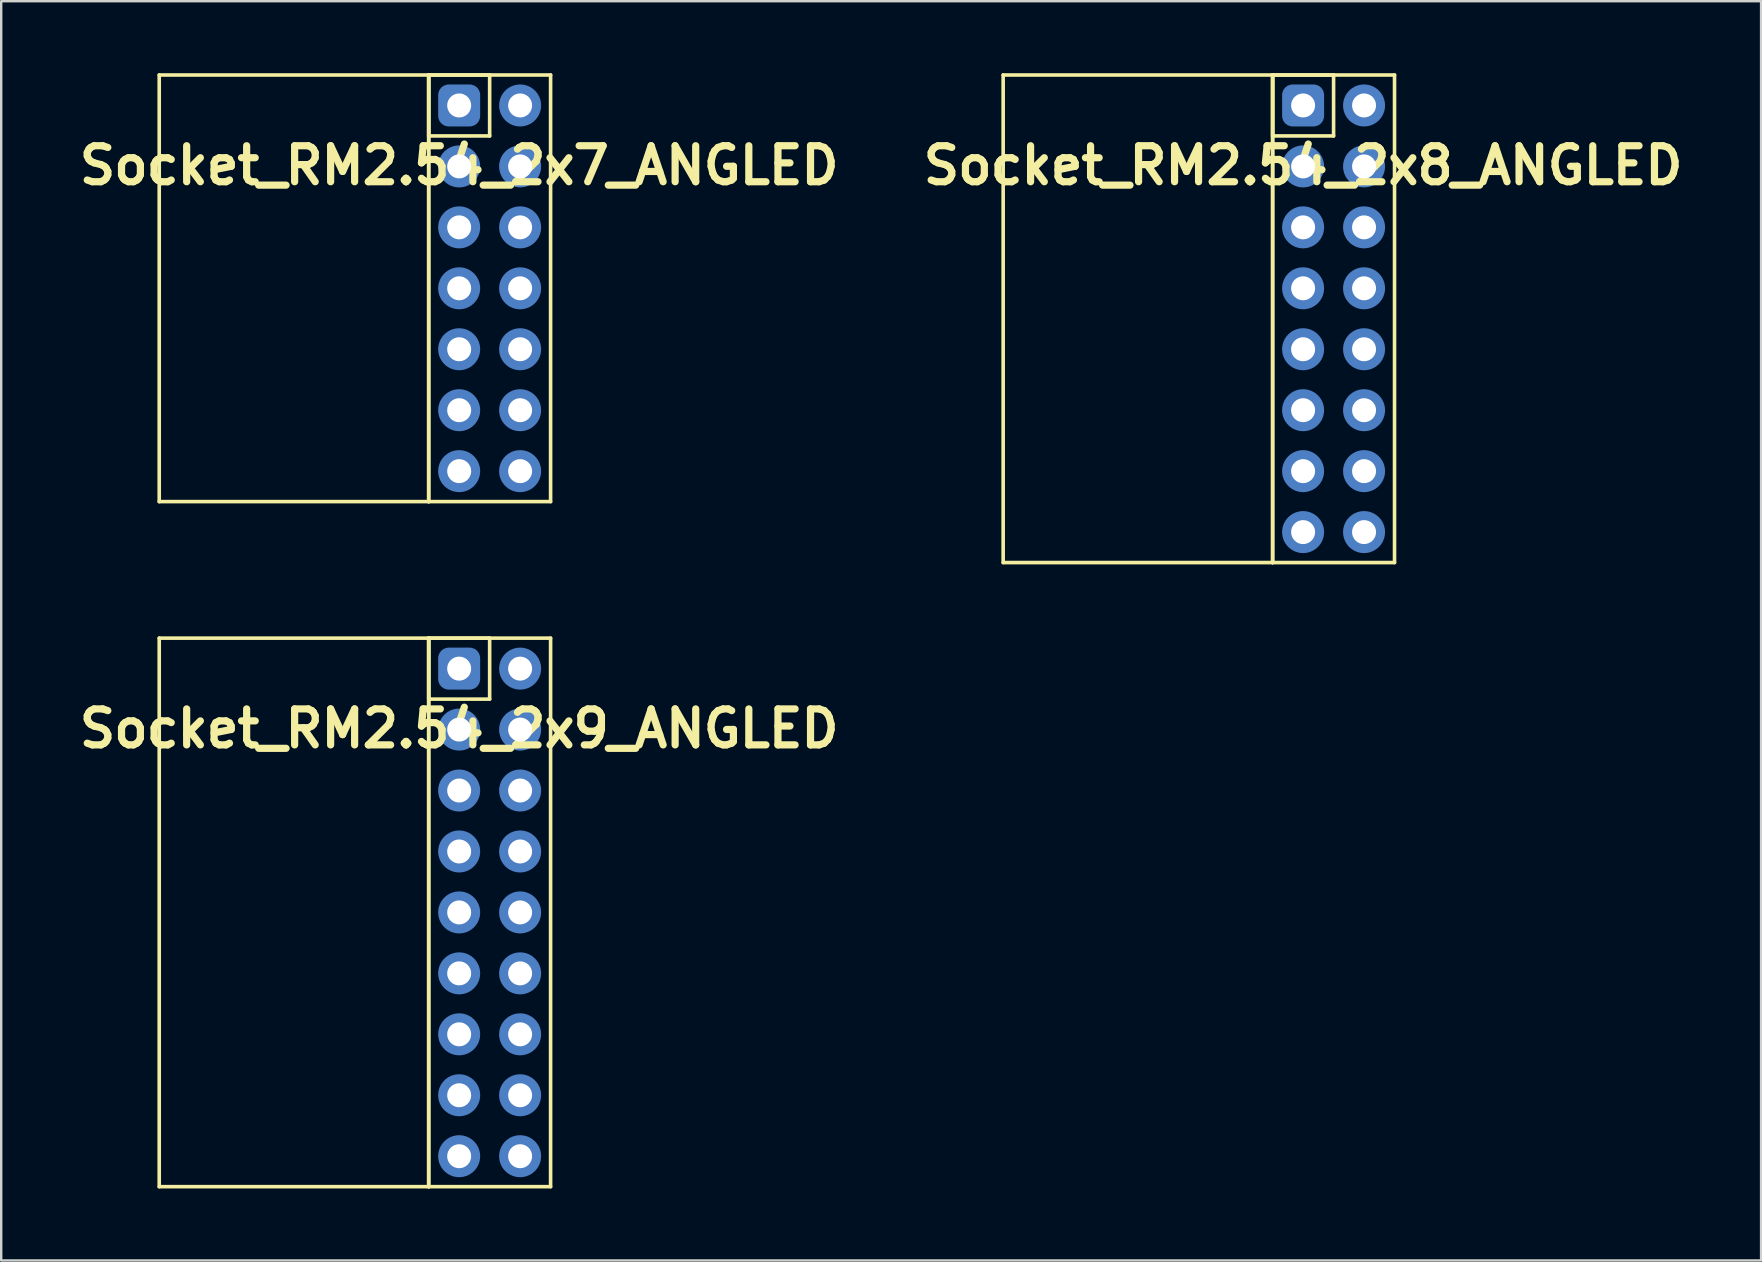
<source format=kicad_pcb>
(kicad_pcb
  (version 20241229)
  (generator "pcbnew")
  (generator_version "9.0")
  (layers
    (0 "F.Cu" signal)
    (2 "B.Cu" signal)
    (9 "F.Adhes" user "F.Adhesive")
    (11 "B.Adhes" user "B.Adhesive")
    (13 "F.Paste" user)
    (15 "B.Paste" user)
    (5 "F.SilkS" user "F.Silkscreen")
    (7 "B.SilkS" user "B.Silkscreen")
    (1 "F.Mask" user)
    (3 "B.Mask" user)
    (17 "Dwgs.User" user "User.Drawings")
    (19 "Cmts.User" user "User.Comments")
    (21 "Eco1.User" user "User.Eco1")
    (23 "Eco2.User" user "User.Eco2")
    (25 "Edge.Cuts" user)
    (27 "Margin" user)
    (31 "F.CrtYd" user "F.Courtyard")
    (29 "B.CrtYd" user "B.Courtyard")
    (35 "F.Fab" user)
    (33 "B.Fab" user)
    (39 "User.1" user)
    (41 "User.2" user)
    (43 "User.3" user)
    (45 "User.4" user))
  (footprint "Socket_RM2.54_2x8_ANGLED"
    (layer "F.Cu")
    (at 51.257 1.345)
    (property "Reference" "Socket_RM2.54_2x8_ANGLED" (at 0 2.5 0) (layer "F.SilkS") (effects (font (size 1.5 1.5) (thickness 0.3))))
    (attr through_hole)
    (fp_line (start -12.5 -1.27) (end -1.27 -1.27) (stroke (width 0.15) (type solid)) (layer "F.SilkS"))
    (fp_line (start -12.5 19.05) (end -12.5 -1.27) (stroke (width 0.15) (type solid)) (layer "F.SilkS"))
    (fp_line (start -1.27 -1.27) (end -1.27 19.05) (stroke (width 0.15) (type solid)) (layer "F.SilkS"))
    (fp_line (start -1.27 -1.27) (end 1.27 -1.27) (stroke (width 0.15) (type solid)) (layer "F.SilkS"))
    (fp_line (start -1.27 -1.27) (end 3.81 -1.27) (stroke (width 0.15) (type solid)) (layer "F.SilkS"))
    (fp_line (start -1.27 1.27) (end -1.27 -1.27) (stroke (width 0.15) (type solid)) (layer "F.SilkS"))
    (fp_line (start -1.27 19.05) (end -12.5 19.05) (stroke (width 0.15) (type solid)) (layer "F.SilkS"))
    (fp_line (start -1.27 19.05) (end -1.27 -1.27) (stroke (width 0.15) (type solid)) (layer "F.SilkS"))
    (fp_line (start 1.27 -1.27) (end 1.27 1.27) (stroke (width 0.15) (type solid)) (layer "F.SilkS"))
    (fp_line (start 1.27 1.27) (end -1.27 1.27) (stroke (width 0.15) (type solid)) (layer "F.SilkS"))
    (fp_line (start 3.81 -1.27) (end 3.81 19.05) (stroke (width 0.15) (type solid)) (layer "F.SilkS"))
    (fp_line (start 3.81 19.05) (end -1.27 19.05) (stroke (width 0.15) (type solid)) (layer "F.SilkS"))
    (pad "1" thru_hole circle (at 0 0) (size 1.3 1.3) (drill 1) (layers "*.Cu" "*.Mask"))
    (pad "1" smd roundrect (at 0 0) (size 1.5 1.5) (layers "F.Cu" "F.Mask") (roundrect_rratio 0.25))
    (pad "1" smd roundrect (at 0 0) (size 1.75 1.75) (layers "B.Cu" "B.Mask") (roundrect_rratio 0.25))
    (pad "2" thru_hole circle (at 2.54 0) (size 1.3 1.3) (drill 1) (layers "*.Cu" "*.Mask"))
    (pad "2" smd circle (at 2.54 0) (size 1.5 1.5) (layers "F.Cu" "F.Mask"))
    (pad "2" smd circle (at 2.54 0) (size 1.75 1.75) (layers "B.Cu" "B.Mask"))
    (pad "3" thru_hole circle (at 0 2.54) (size 1.3 1.3) (drill 1) (layers "*.Cu" "*.Mask"))
    (pad "3" smd circle (at 0 2.54) (size 1.5 1.5) (layers "F.Cu" "F.Mask"))
    (pad "3" smd circle (at 0 2.54) (size 1.75 1.75) (layers "B.Cu" "B.Mask"))
    (pad "4" thru_hole circle (at 2.54 2.54) (size 1.3 1.3) (drill 1) (layers "*.Cu" "*.Mask"))
    (pad "4" smd circle (at 2.54 2.54) (size 1.5 1.5) (layers "F.Cu" "F.Mask"))
    (pad "4" smd circle (at 2.54 2.54) (size 1.75 1.75) (layers "B.Cu" "B.Mask"))
    (pad "5" thru_hole circle (at 0 5.08) (size 1.3 1.3) (drill 1) (layers "*.Cu" "*.Mask"))
    (pad "5" smd circle (at 0 5.08) (size 1.5 1.5) (layers "F.Cu" "F.Mask"))
    (pad "5" smd circle (at 0 5.08) (size 1.75 1.75) (layers "B.Cu" "B.Mask"))
    (pad "6" thru_hole circle (at 2.54 5.08) (size 1.3 1.3) (drill 1) (layers "*.Cu" "*.Mask"))
    (pad "6" smd circle (at 2.54 5.08) (size 1.5 1.5) (layers "F.Cu" "F.Mask"))
    (pad "6" smd circle (at 2.54 5.08) (size 1.75 1.75) (layers "B.Cu" "B.Mask"))
    (pad "7" thru_hole circle (at 0 7.62) (size 1.3 1.3) (drill 1) (layers "*.Cu" "*.Mask"))
    (pad "7" smd circle (at 0 7.62) (size 1.5 1.5) (layers "F.Cu" "F.Mask"))
    (pad "7" smd circle (at 0 7.62) (size 1.75 1.75) (layers "B.Cu" "B.Mask"))
    (pad "8" thru_hole circle (at 2.54 7.62) (size 1.3 1.3) (drill 1) (layers "*.Cu" "*.Mask"))
    (pad "8" smd circle (at 2.54 7.62) (size 1.5 1.5) (layers "F.Cu" "F.Mask"))
    (pad "8" smd circle (at 2.54 7.62) (size 1.75 1.75) (layers "B.Cu" "B.Mask"))
    (pad "9" thru_hole circle (at 0 10.16) (size 1.3 1.3) (drill 1) (layers "*.Cu" "*.Mask"))
    (pad "9" smd circle (at 0 10.16) (size 1.5 1.5) (layers "F.Cu" "F.Mask"))
    (pad "9" smd circle (at 0 10.16) (size 1.75 1.75) (layers "B.Cu" "B.Mask"))
    (pad "10" thru_hole circle (at 2.54 10.16) (size 1.3 1.3) (drill 1) (layers "*.Cu" "*.Mask"))
    (pad "10" smd circle (at 2.54 10.16) (size 1.5 1.5) (layers "F.Cu" "F.Mask"))
    (pad "10" smd circle (at 2.54 10.16) (size 1.75 1.75) (layers "B.Cu" "B.Mask"))
    (pad "11" thru_hole circle (at 0 12.7) (size 1.3 1.3) (drill 1) (layers "*.Cu" "*.Mask"))
    (pad "11" smd circle (at 0 12.7) (size 1.5 1.5) (layers "F.Cu" "F.Mask"))
    (pad "11" smd circle (at 0 12.7) (size 1.75 1.75) (layers "B.Cu" "B.Mask"))
    (pad "12" thru_hole circle (at 2.54 12.7) (size 1.3 1.3) (drill 1) (layers "*.Cu" "*.Mask"))
    (pad "12" smd circle (at 2.54 12.7) (size 1.5 1.5) (layers "F.Cu" "F.Mask"))
    (pad "12" smd circle (at 2.54 12.7) (size 1.75 1.75) (layers "B.Cu" "B.Mask"))
    (pad "13" thru_hole circle (at 0 15.24) (size 1.3 1.3) (drill 1) (layers "*.Cu" "*.Mask"))
    (pad "13" smd circle (at 0 15.24) (size 1.5 1.5) (layers "F.Cu" "F.Mask"))
    (pad "13" smd circle (at 0 15.24) (size 1.75 1.75) (layers "B.Cu" "B.Mask"))
    (pad "14" thru_hole circle (at 2.54 15.24) (size 1.3 1.3) (drill 1) (layers "*.Cu" "*.Mask"))
    (pad "14" smd circle (at 2.54 15.24) (size 1.5 1.5) (layers "F.Cu" "F.Mask"))
    (pad "14" smd circle (at 2.54 15.24) (size 1.75 1.75) (layers "B.Cu" "B.Mask"))
    (pad "15" thru_hole circle (at 0 17.78) (size 1.3 1.3) (drill 1) (layers "*.Cu" "*.Mask"))
    (pad "15" smd circle (at 0 17.78) (size 1.5 1.5) (layers "F.Cu" "F.Mask"))
    (pad "15" smd circle (at 0 17.78) (size 1.75 1.75) (layers "B.Cu" "B.Mask"))
    (pad "16" thru_hole circle (at 2.54 17.78) (size 1.3 1.3) (drill 1) (layers "*.Cu" "*.Mask"))
    (pad "16" smd circle (at 2.54 17.78) (size 1.5 1.5) (layers "F.Cu" "F.Mask"))
    (pad "16" smd circle (at 2.54 17.78) (size 1.75 1.75) (layers "B.Cu" "B.Mask")))
  (footprint "Socket_RM2.54_2x7_ANGLED"
    (layer "F.Cu")
    (at 16.086 1.345)
    (property "Reference" "Socket_RM2.54_2x7_ANGLED" (at 0 2.5 0) (layer "F.SilkS") (effects (font (size 1.5 1.5) (thickness 0.3))))
    (attr through_hole)
    (fp_line (start -12.5 -1.27) (end -1.27 -1.27) (stroke (width 0.15) (type solid)) (layer "F.SilkS"))
    (fp_line (start -12.5 16.51) (end -12.5 -1.27) (stroke (width 0.15) (type solid)) (layer "F.SilkS"))
    (fp_line (start -1.27 -1.27) (end -1.27 16.51) (stroke (width 0.15) (type solid)) (layer "F.SilkS"))
    (fp_line (start -1.27 -1.27) (end 1.27 -1.27) (stroke (width 0.15) (type solid)) (layer "F.SilkS"))
    (fp_line (start -1.27 -1.27) (end 3.81 -1.27) (stroke (width 0.15) (type solid)) (layer "F.SilkS"))
    (fp_line (start -1.27 1.27) (end -1.27 -1.27) (stroke (width 0.15) (type solid)) (layer "F.SilkS"))
    (fp_line (start -1.27 16.51) (end -12.5 16.51) (stroke (width 0.15) (type solid)) (layer "F.SilkS"))
    (fp_line (start -1.27 16.51) (end -1.27 -1.27) (stroke (width 0.15) (type solid)) (layer "F.SilkS"))
    (fp_line (start 1.27 -1.27) (end 1.27 1.27) (stroke (width 0.15) (type solid)) (layer "F.SilkS"))
    (fp_line (start 1.27 1.27) (end -1.27 1.27) (stroke (width 0.15) (type solid)) (layer "F.SilkS"))
    (fp_line (start 3.81 -1.27) (end 3.81 16.51) (stroke (width 0.15) (type solid)) (layer "F.SilkS"))
    (fp_line (start 3.81 16.51) (end -1.27 16.51) (stroke (width 0.15) (type solid)) (layer "F.SilkS"))
    (pad "1" thru_hole circle (at 0 0) (size 1.3 1.3) (drill 1) (layers "*.Cu" "*.Mask"))
    (pad "1" smd roundrect (at 0 0) (size 1.5 1.5) (layers "F.Cu" "F.Mask") (roundrect_rratio 0.25))
    (pad "1" smd roundrect (at 0 0) (size 1.75 1.75) (layers "B.Cu" "B.Mask") (roundrect_rratio 0.25))
    (pad "2" thru_hole circle (at 2.54 0) (size 1.3 1.3) (drill 1) (layers "*.Cu" "*.Mask"))
    (pad "2" smd circle (at 2.54 0) (size 1.5 1.5) (layers "F.Cu" "F.Mask"))
    (pad "2" smd circle (at 2.54 0) (size 1.75 1.75) (layers "B.Cu" "B.Mask"))
    (pad "3" thru_hole circle (at 0 2.54) (size 1.3 1.3) (drill 1) (layers "*.Cu" "*.Mask"))
    (pad "3" smd circle (at 0 2.54) (size 1.5 1.5) (layers "F.Cu" "F.Mask"))
    (pad "3" smd circle (at 0 2.54) (size 1.75 1.75) (layers "B.Cu" "B.Mask"))
    (pad "4" thru_hole circle (at 2.54 2.54) (size 1.3 1.3) (drill 1) (layers "*.Cu" "*.Mask"))
    (pad "4" smd circle (at 2.54 2.54) (size 1.5 1.5) (layers "F.Cu" "F.Mask"))
    (pad "4" smd circle (at 2.54 2.54) (size 1.75 1.75) (layers "B.Cu" "B.Mask"))
    (pad "5" thru_hole circle (at 0 5.08) (size 1.3 1.3) (drill 1) (layers "*.Cu" "*.Mask"))
    (pad "5" smd circle (at 0 5.08) (size 1.5 1.5) (layers "F.Cu" "F.Mask"))
    (pad "5" smd circle (at 0 5.08) (size 1.75 1.75) (layers "B.Cu" "B.Mask"))
    (pad "6" thru_hole circle (at 2.54 5.08) (size 1.3 1.3) (drill 1) (layers "*.Cu" "*.Mask"))
    (pad "6" smd circle (at 2.54 5.08) (size 1.5 1.5) (layers "F.Cu" "F.Mask"))
    (pad "6" smd circle (at 2.54 5.08) (size 1.75 1.75) (layers "B.Cu" "B.Mask"))
    (pad "7" thru_hole circle (at 0 7.62) (size 1.3 1.3) (drill 1) (layers "*.Cu" "*.Mask"))
    (pad "7" smd circle (at 0 7.62) (size 1.5 1.5) (layers "F.Cu" "F.Mask"))
    (pad "7" smd circle (at 0 7.62) (size 1.75 1.75) (layers "B.Cu" "B.Mask"))
    (pad "8" thru_hole circle (at 2.54 7.62) (size 1.3 1.3) (drill 1) (layers "*.Cu" "*.Mask"))
    (pad "8" smd circle (at 2.54 7.62) (size 1.5 1.5) (layers "F.Cu" "F.Mask"))
    (pad "8" smd circle (at 2.54 7.62) (size 1.75 1.75) (layers "B.Cu" "B.Mask"))
    (pad "9" thru_hole circle (at 0 10.16) (size 1.3 1.3) (drill 1) (layers "*.Cu" "*.Mask"))
    (pad "9" smd circle (at 0 10.16) (size 1.5 1.5) (layers "F.Cu" "F.Mask"))
    (pad "9" smd circle (at 0 10.16) (size 1.75 1.75) (layers "B.Cu" "B.Mask"))
    (pad "10" thru_hole circle (at 2.54 10.16) (size 1.3 1.3) (drill 1) (layers "*.Cu" "*.Mask"))
    (pad "10" smd circle (at 2.54 10.16) (size 1.5 1.5) (layers "F.Cu" "F.Mask"))
    (pad "10" smd circle (at 2.54 10.16) (size 1.75 1.75) (layers "B.Cu" "B.Mask"))
    (pad "11" thru_hole circle (at 0 12.7) (size 1.3 1.3) (drill 1) (layers "*.Cu" "*.Mask"))
    (pad "11" smd circle (at 0 12.7) (size 1.5 1.5) (layers "F.Cu" "F.Mask"))
    (pad "11" smd circle (at 0 12.7) (size 1.75 1.75) (layers "B.Cu" "B.Mask"))
    (pad "12" thru_hole circle (at 2.54 12.7) (size 1.3 1.3) (drill 1) (layers "*.Cu" "*.Mask"))
    (pad "12" smd circle (at 2.54 12.7) (size 1.5 1.5) (layers "F.Cu" "F.Mask"))
    (pad "12" smd circle (at 2.54 12.7) (size 1.75 1.75) (layers "B.Cu" "B.Mask"))
    (pad "13" thru_hole circle (at 0 15.24) (size 1.3 1.3) (drill 1) (layers "*.Cu" "*.Mask"))
    (pad "13" smd circle (at 0 15.24) (size 1.5 1.5) (layers "F.Cu" "F.Mask"))
    (pad "13" smd circle (at 0 15.24) (size 1.75 1.75) (layers "B.Cu" "B.Mask"))
    (pad "14" thru_hole circle (at 2.54 15.24) (size 1.3 1.3) (drill 1) (layers "*.Cu" "*.Mask"))
    (pad "14" smd circle (at 2.54 15.24) (size 1.5 1.5) (layers "F.Cu" "F.Mask"))
    (pad "14" smd circle (at 2.54 15.24) (size 1.75 1.75) (layers "B.Cu" "B.Mask")))
  (footprint "Socket_RM2.54_2x9_ANGLED"
    (layer "F.Cu")
    (at 16.086 24.815)
    (property "Reference" "Socket_RM2.54_2x9_ANGLED" (at 0 2.5 0) (layer "F.SilkS") (effects (font (size 1.5 1.5) (thickness 0.3))))
    (attr through_hole)
    (fp_line (start -12.5 -1.27) (end -1.27 -1.27) (stroke (width 0.15) (type solid)) (layer "F.SilkS"))
    (fp_line (start -12.5 21.59) (end -12.5 -1.27) (stroke (width 0.15) (type solid)) (layer "F.SilkS"))
    (fp_line (start -1.27 -1.27) (end -1.27 21.59) (stroke (width 0.15) (type solid)) (layer "F.SilkS"))
    (fp_line (start -1.27 -1.27) (end 1.27 -1.27) (stroke (width 0.15) (type solid)) (layer "F.SilkS"))
    (fp_line (start -1.27 -1.27) (end 3.81 -1.27) (stroke (width 0.15) (type solid)) (layer "F.SilkS"))
    (fp_line (start -1.27 1.27) (end -1.27 -1.27) (stroke (width 0.15) (type solid)) (layer "F.SilkS"))
    (fp_line (start -1.27 21.59) (end -12.5 21.59) (stroke (width 0.15) (type solid)) (layer "F.SilkS"))
    (fp_line (start -1.27 21.59) (end -1.27 -1.27) (stroke (width 0.15) (type solid)) (layer "F.SilkS"))
    (fp_line (start 1.27 -1.27) (end 1.27 1.27) (stroke (width 0.15) (type solid)) (layer "F.SilkS"))
    (fp_line (start 1.27 1.27) (end -1.27 1.27) (stroke (width 0.15) (type solid)) (layer "F.SilkS"))
    (fp_line (start 3.81 -1.27) (end 3.81 21.59) (stroke (width 0.15) (type solid)) (layer "F.SilkS"))
    (fp_line (start 3.81 21.59) (end -1.27 21.59) (stroke (width 0.15) (type solid)) (layer "F.SilkS"))
    (pad "1" thru_hole circle (at 0 0) (size 1.3 1.3) (drill 1) (layers "*.Cu" "*.Mask"))
    (pad "1" smd roundrect (at 0 0) (size 1.5 1.5) (layers "F.Cu" "F.Mask") (roundrect_rratio 0.25))
    (pad "1" smd roundrect (at 0 0) (size 1.75 1.75) (layers "B.Cu" "B.Mask") (roundrect_rratio 0.25))
    (pad "2" thru_hole circle (at 2.54 0) (size 1.3 1.3) (drill 1) (layers "*.Cu" "*.Mask"))
    (pad "2" smd circle (at 2.54 0) (size 1.5 1.5) (layers "F.Cu" "F.Mask"))
    (pad "2" smd circle (at 2.54 0) (size 1.75 1.75) (layers "B.Cu" "B.Mask"))
    (pad "3" thru_hole circle (at 0 2.54) (size 1.3 1.3) (drill 1) (layers "*.Cu" "*.Mask"))
    (pad "3" smd circle (at 0 2.54) (size 1.5 1.5) (layers "F.Cu" "F.Mask"))
    (pad "3" smd circle (at 0 2.54) (size 1.75 1.75) (layers "B.Cu" "B.Mask"))
    (pad "4" thru_hole circle (at 2.54 2.54) (size 1.3 1.3) (drill 1) (layers "*.Cu" "*.Mask"))
    (pad "4" smd circle (at 2.54 2.54) (size 1.5 1.5) (layers "F.Cu" "F.Mask"))
    (pad "4" smd circle (at 2.54 2.54) (size 1.75 1.75) (layers "B.Cu" "B.Mask"))
    (pad "5" thru_hole circle (at 0 5.08) (size 1.3 1.3) (drill 1) (layers "*.Cu" "*.Mask"))
    (pad "5" smd circle (at 0 5.08) (size 1.5 1.5) (layers "F.Cu" "F.Mask"))
    (pad "5" smd circle (at 0 5.08) (size 1.75 1.75) (layers "B.Cu" "B.Mask"))
    (pad "6" thru_hole circle (at 2.54 5.08) (size 1.3 1.3) (drill 1) (layers "*.Cu" "*.Mask"))
    (pad "6" smd circle (at 2.54 5.08) (size 1.5 1.5) (layers "F.Cu" "F.Mask"))
    (pad "6" smd circle (at 2.54 5.08) (size 1.75 1.75) (layers "B.Cu" "B.Mask"))
    (pad "7" thru_hole circle (at 0 7.62) (size 1.3 1.3) (drill 1) (layers "*.Cu" "*.Mask"))
    (pad "7" smd circle (at 0 7.62) (size 1.5 1.5) (layers "F.Cu" "F.Mask"))
    (pad "7" smd circle (at 0 7.62) (size 1.75 1.75) (layers "B.Cu" "B.Mask"))
    (pad "8" thru_hole circle (at 2.54 7.62) (size 1.3 1.3) (drill 1) (layers "*.Cu" "*.Mask"))
    (pad "8" smd circle (at 2.54 7.62) (size 1.5 1.5) (layers "F.Cu" "F.Mask"))
    (pad "8" smd circle (at 2.54 7.62) (size 1.75 1.75) (layers "B.Cu" "B.Mask"))
    (pad "9" thru_hole circle (at 0 10.16) (size 1.3 1.3) (drill 1) (layers "*.Cu" "*.Mask"))
    (pad "9" smd circle (at 0 10.16) (size 1.5 1.5) (layers "F.Cu" "F.Mask"))
    (pad "9" smd circle (at 0 10.16) (size 1.75 1.75) (layers "B.Cu" "B.Mask"))
    (pad "10" thru_hole circle (at 2.54 10.16) (size 1.3 1.3) (drill 1) (layers "*.Cu" "*.Mask"))
    (pad "10" smd circle (at 2.54 10.16) (size 1.5 1.5) (layers "F.Cu" "F.Mask"))
    (pad "10" smd circle (at 2.54 10.16) (size 1.75 1.75) (layers "B.Cu" "B.Mask"))
    (pad "11" thru_hole circle (at 0 12.7) (size 1.3 1.3) (drill 1) (layers "*.Cu" "*.Mask"))
    (pad "11" smd circle (at 0 12.7) (size 1.5 1.5) (layers "F.Cu" "F.Mask"))
    (pad "11" smd circle (at 0 12.7) (size 1.75 1.75) (layers "B.Cu" "B.Mask"))
    (pad "12" thru_hole circle (at 2.54 12.7) (size 1.3 1.3) (drill 1) (layers "*.Cu" "*.Mask"))
    (pad "12" smd circle (at 2.54 12.7) (size 1.5 1.5) (layers "F.Cu" "F.Mask"))
    (pad "12" smd circle (at 2.54 12.7) (size 1.75 1.75) (layers "B.Cu" "B.Mask"))
    (pad "13" thru_hole circle (at 0 15.24) (size 1.3 1.3) (drill 1) (layers "*.Cu" "*.Mask"))
    (pad "13" smd circle (at 0 15.24) (size 1.5 1.5) (layers "F.Cu" "F.Mask"))
    (pad "13" smd circle (at 0 15.24) (size 1.75 1.75) (layers "B.Cu" "B.Mask"))
    (pad "14" thru_hole circle (at 2.54 15.24) (size 1.3 1.3) (drill 1) (layers "*.Cu" "*.Mask"))
    (pad "14" smd circle (at 2.54 15.24) (size 1.5 1.5) (layers "F.Cu" "F.Mask"))
    (pad "14" smd circle (at 2.54 15.24) (size 1.75 1.75) (layers "B.Cu" "B.Mask"))
    (pad "15" thru_hole circle (at 0 17.78) (size 1.3 1.3) (drill 1) (layers "*.Cu" "*.Mask"))
    (pad "15" smd circle (at 0 17.78) (size 1.5 1.5) (layers "F.Cu" "F.Mask"))
    (pad "15" smd circle (at 0 17.78) (size 1.75 1.75) (layers "B.Cu" "B.Mask"))
    (pad "16" thru_hole circle (at 2.54 17.78) (size 1.3 1.3) (drill 1) (layers "*.Cu" "*.Mask"))
    (pad "16" smd circle (at 2.54 17.78) (size 1.5 1.5) (layers "F.Cu" "F.Mask"))
    (pad "16" smd circle (at 2.54 17.78) (size 1.75 1.75) (layers "B.Cu" "B.Mask"))
    (pad "17" thru_hole circle (at 0 20.32) (size 1.3 1.3) (drill 1) (layers "*.Cu" "*.Mask"))
    (pad "17" smd circle (at 0 20.32) (size 1.5 1.5) (layers "F.Cu" "F.Mask"))
    (pad "17" smd circle (at 0 20.32) (size 1.75 1.75) (layers "B.Cu" "B.Mask"))
    (pad "18" thru_hole circle (at 2.54 20.32) (size 1.3 1.3) (drill 1) (layers "*.Cu" "*.Mask"))
    (pad "18" smd circle (at 2.54 20.32) (size 1.5 1.5) (layers "F.Cu" "F.Mask"))
    (pad "18" smd circle (at 2.54 20.32) (size 1.75 1.75) (layers "B.Cu" "B.Mask")))
  (gr_rect
    (start -3 -3)
    (end 70.343 49.48)
    (stroke (width 0.1) (type default))
    (fill no)
    (layer "Edge.Cuts")))
</source>
